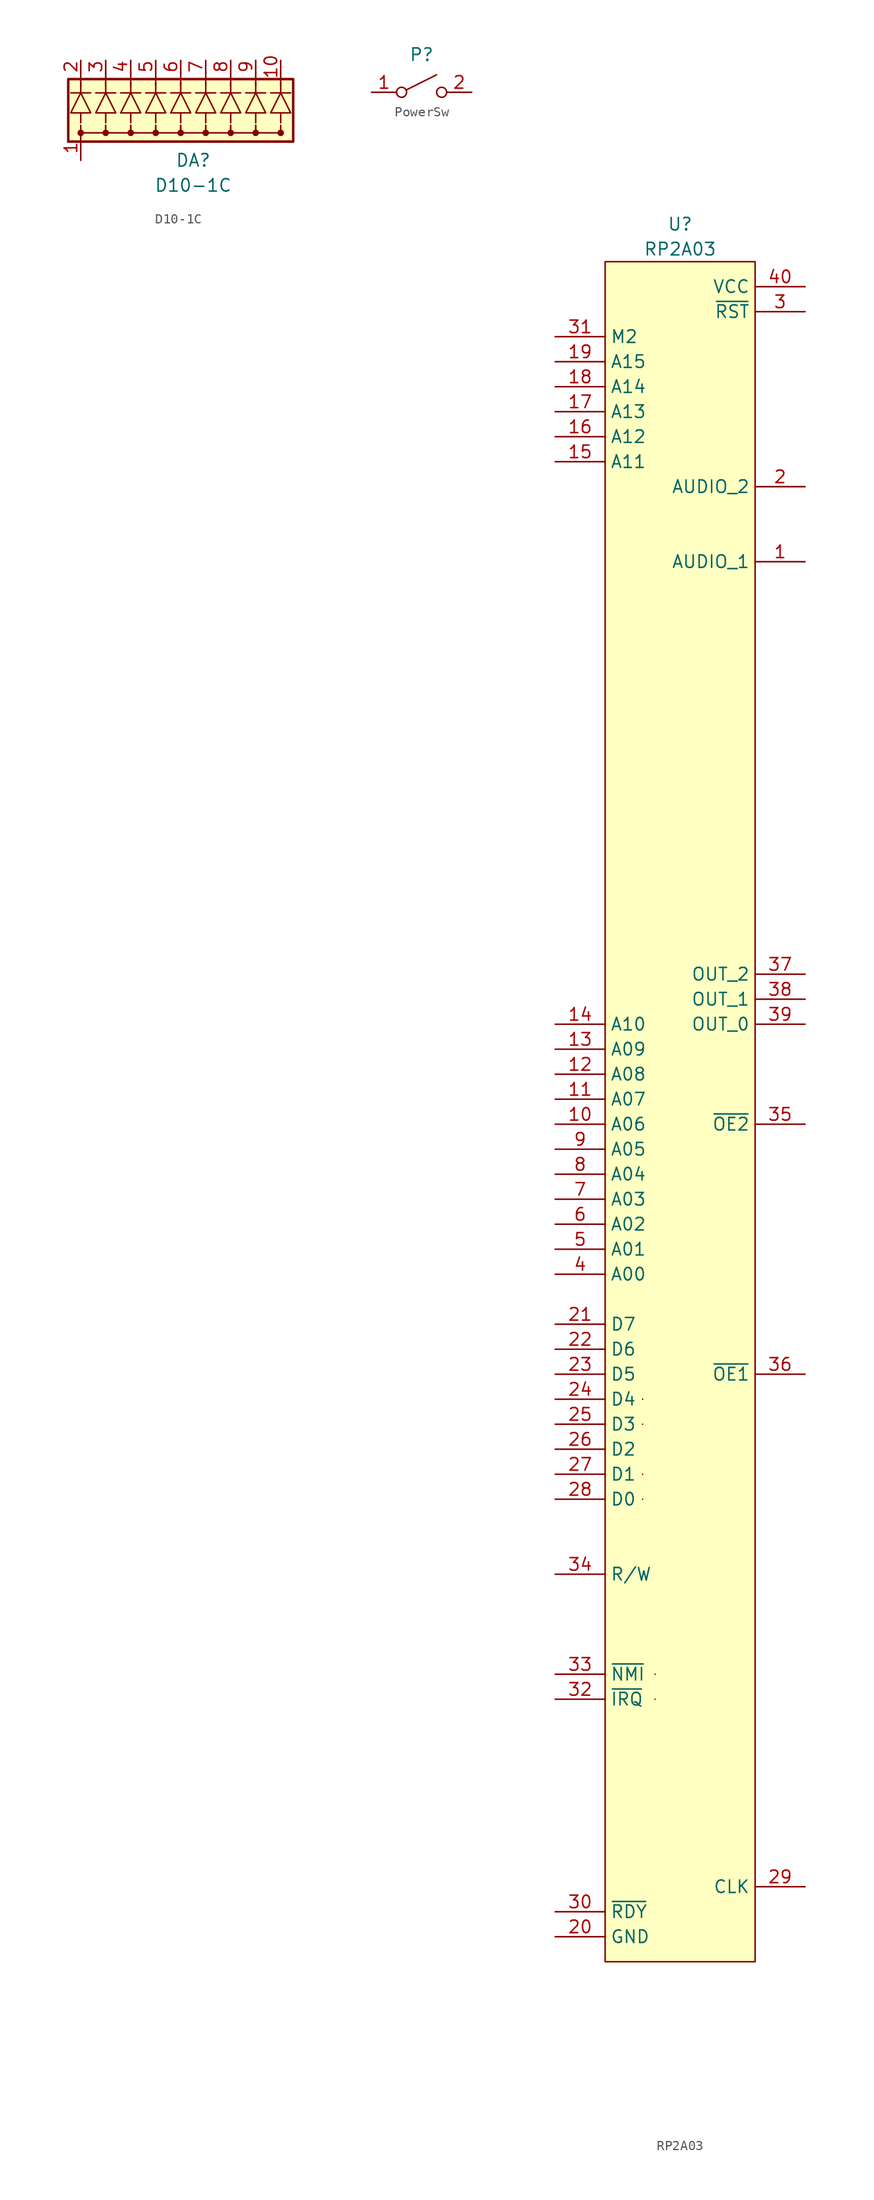
<source format=kicad_sym>
(kicad_symbol_lib
  (version 20220914)
  (generator kicad_symbol_editor)
  (symbol "D10-1C"
    (pin_names hide)
    (property "Reference" "DA"
      (at 0 -6.35 0)
      (effects (font (size 1.27 1.27))))
    (property "Value" "D10-1C"
      (at 0 -8.89 0)
      (effects (font (size 1.27 1.27))))
    (symbol "D10-1C_0_1"
      (circle (center -11.43 -3.556) (radius 0.254) (stroke (width 0) (type default)) (fill (type outline)))
      (circle (center -8.89 -3.556) (radius 0.254) (stroke (width 0) (type default)) (fill (type outline)))
      (circle (center -6.35 -3.556) (radius 0.254) (stroke (width 0) (type default)) (fill (type outline)))
      (circle (center -3.81 -3.556) (radius 0.254) (stroke (width 0) (type default)) (fill (type outline)))
      (circle (center -1.27 -3.556) (radius 0.254) (stroke (width 0) (type default)) (fill (type outline)))
      (polyline (pts (xy -12.446 0.508) (xy -10.414 0.508)) (stroke (width 0) (type default)) (fill (type none)))
      (polyline (pts (xy -11.43 1.27) (xy -11.43 2.54)) (stroke (width 0) (type default)) (fill (type none)))
      (polyline (pts (xy -9.906 0.508) (xy -7.874 0.508)) (stroke (width 0) (type default)) (fill (type none)))
      (polyline (pts (xy -8.89 1.27) (xy -8.89 2.54)) (stroke (width 0) (type default)) (fill (type none)))
      (polyline (pts (xy -7.366 0.508) (xy -5.334 0.508)) (stroke (width 0) (type default)) (fill (type none)))
      (polyline (pts (xy -6.35 1.27) (xy -6.35 2.54)) (stroke (width 0) (type default)) (fill (type none)))
      (polyline (pts (xy -4.826 0.508) (xy -2.794 0.508)) (stroke (width 0) (type default)) (fill (type none)))
      (polyline (pts (xy -3.81 1.27) (xy -3.81 2.54)) (stroke (width 0) (type default)) (fill (type none)))
      (polyline (pts (xy -2.286 0.508) (xy -0.254 0.508)) (stroke (width 0) (type default)) (fill (type none)))
      (polyline (pts (xy -1.27 1.27) (xy -1.27 2.54)) (stroke (width 0) (type default)) (fill (type none)))
      (polyline (pts (xy 0.254 0.508) (xy 2.286 0.508)) (stroke (width 0) (type default)) (fill (type none)))
      (polyline (pts (xy 1.27 1.27) (xy 1.27 2.54)) (stroke (width 0) (type default)) (fill (type none)))
      (polyline (pts (xy 2.794 0.508) (xy 4.826 0.508)) (stroke (width 0) (type default)) (fill (type none)))
      (polyline (pts (xy 3.81 1.27) (xy 3.81 2.54)) (stroke (width 0) (type default)) (fill (type none)))
      (polyline (pts (xy 5.334 0.508) (xy 7.366 0.508)) (stroke (width 0) (type default)) (fill (type none)))
      (polyline (pts (xy 6.35 1.27) (xy 6.35 2.54)) (stroke (width 0) (type default)) (fill (type none)))
      (polyline (pts (xy 7.874 0.508) (xy 9.906 0.508)) (stroke (width 0) (type default)) (fill (type none)))
      (polyline (pts (xy 8.89 1.27) (xy 8.89 2.54)) (stroke (width 0) (type default)) (fill (type none)))
      (polyline (pts (xy -11.43 -2.794) (xy -11.43 -3.556) (xy -8.89 -3.556) (xy -8.89 -2.794)) (stroke (width 0) (type default)) (fill (type none)))
      (polyline (pts (xy -8.89 -2.794) (xy -8.89 -3.556) (xy -6.35 -3.556) (xy -6.35 -2.794)) (stroke (width 0) (type default)) (fill (type none)))
      (polyline (pts (xy -6.35 -2.794) (xy -6.35 -3.556) (xy -3.81 -3.556) (xy -3.81 -2.794)) (stroke (width 0) (type default)) (fill (type none)))
      (polyline (pts (xy -3.81 -2.794) (xy -3.81 -3.556) (xy -1.27 -3.556) (xy -1.27 -2.794)) (stroke (width 0) (type default)) (fill (type none)))
      (polyline (pts (xy -1.27 -2.794) (xy -1.27 -3.556) (xy 1.27 -3.556) (xy 1.27 -2.794)) (stroke (width 0) (type default)) (fill (type none)))
      (polyline (pts (xy 1.27 -2.794) (xy 1.27 -3.556) (xy 3.81 -3.556) (xy 3.81 -2.794)) (stroke (width 0) (type default)) (fill (type none)))
      (polyline (pts (xy 3.81 -2.794) (xy 3.81 -3.556) (xy 6.35 -3.556) (xy 6.35 -2.794)) (stroke (width 0) (type default)) (fill (type none)))
      (polyline (pts (xy 6.35 -2.794) (xy 6.35 -3.556) (xy 8.89 -3.556) (xy 8.89 -2.794)) (stroke (width 0) (type default)) (fill (type none)))
      (circle (center 1.27 -3.556) (radius 0.254) (stroke (width 0) (type default)) (fill (type outline)))
      (circle (center 3.81 -3.556) (radius 0.254) (stroke (width 0) (type default)) (fill (type outline)))
      (circle (center 6.35 -3.556) (radius 0.254) (stroke (width 0) (type default)) (fill (type outline)))
      (circle (center 8.89 -3.556) (radius 0.254) (stroke (width 0) (type default)) (fill (type outline)))
      (rectangle (start 10.16 1.905) (end -12.7 -4.445) (stroke (width 0.254) (type default)) (fill (type background))))
    (symbol "D10-1C_1_1"
      (polyline (pts (xy -11.43 -1.524) (xy -11.43 -2.54)) (stroke (width 0) (type default)) (fill (type none)))
      (polyline (pts (xy -11.43 0.508) (xy -11.43 1.524)) (stroke (width 0) (type default)) (fill (type none)))
      (polyline (pts (xy -8.89 -1.524) (xy -8.89 -2.54)) (stroke (width 0) (type default)) (fill (type none)))
      (polyline (pts (xy -8.89 0.508) (xy -8.89 1.524)) (stroke (width 0) (type default)) (fill (type none)))
      (polyline (pts (xy -6.35 -1.524) (xy -6.35 -2.54)) (stroke (width 0) (type default)) (fill (type none)))
      (polyline (pts (xy -6.35 0.508) (xy -6.35 1.524)) (stroke (width 0) (type default)) (fill (type none)))
      (polyline (pts (xy -3.81 -1.524) (xy -3.81 -2.54)) (stroke (width 0) (type default)) (fill (type none)))
      (polyline (pts (xy -3.81 0.508) (xy -3.81 1.524)) (stroke (width 0) (type default)) (fill (type none)))
      (polyline (pts (xy -1.27 -1.524) (xy -1.27 -2.54)) (stroke (width 0) (type default)) (fill (type none)))
      (polyline (pts (xy -1.27 0.508) (xy -1.27 1.524)) (stroke (width 0) (type default)) (fill (type none)))
      (polyline (pts (xy 1.27 -1.524) (xy 1.27 -2.54)) (stroke (width 0) (type default)) (fill (type none)))
      (polyline (pts (xy 1.27 0.508) (xy 1.27 1.524)) (stroke (width 0) (type default)) (fill (type none)))
      (polyline (pts (xy 3.81 -1.524) (xy 3.81 -2.54)) (stroke (width 0) (type default)) (fill (type none)))
      (polyline (pts (xy 3.81 0.508) (xy 3.81 1.524)) (stroke (width 0) (type default)) (fill (type none)))
      (polyline (pts (xy 6.35 -1.524) (xy 6.35 -2.54)) (stroke (width 0) (type default)) (fill (type none)))
      (polyline (pts (xy 6.35 0.508) (xy 6.35 1.524)) (stroke (width 0) (type default)) (fill (type none)))
      (polyline (pts (xy 8.89 -1.524) (xy 8.89 -2.54)) (stroke (width 0) (type default)) (fill (type none)))
      (polyline (pts (xy 8.89 0.508) (xy 8.89 1.524)) (stroke (width 0) (type default)) (fill (type none)))
      (polyline (pts (xy -12.446 -1.524) (xy -10.414 -1.524) (xy -11.43 0.508) (xy -12.446 -1.524)) (stroke (width 0) (type default)) (fill (type background)))
      (polyline (pts (xy -9.906 -1.524) (xy -7.874 -1.524) (xy -8.89 0.508) (xy -9.906 -1.524)) (stroke (width 0) (type default)) (fill (type background)))
      (polyline (pts (xy -7.366 -1.524) (xy -5.334 -1.524) (xy -6.35 0.508) (xy -7.366 -1.524)) (stroke (width 0) (type default)) (fill (type background)))
      (polyline (pts (xy -4.826 -1.524) (xy -2.794 -1.524) (xy -3.81 0.508) (xy -4.826 -1.524)) (stroke (width 0) (type default)) (fill (type background)))
      (polyline (pts (xy -2.286 -1.524) (xy -0.254 -1.524) (xy -1.27 0.508) (xy -2.286 -1.524)) (stroke (width 0) (type default)) (fill (type background)))
      (polyline (pts (xy 0.254 -1.524) (xy 2.286 -1.524) (xy 1.27 0.508) (xy 0.254 -1.524)) (stroke (width 0) (type default)) (fill (type background)))
      (polyline (pts (xy 2.794 -1.524) (xy 4.826 -1.524) (xy 3.81 0.508) (xy 2.794 -1.524)) (stroke (width 0) (type default)) (fill (type background)))
      (polyline (pts (xy 5.334 -1.524) (xy 7.366 -1.524) (xy 6.35 0.508) (xy 5.334 -1.524)) (stroke (width 0) (type default)) (fill (type background)))
      (polyline (pts (xy 7.874 -1.524) (xy 9.906 -1.524) (xy 8.89 0.508) (xy 7.874 -1.524)) (stroke (width 0) (type default)) (fill (type background)))
      (pin passive line (at -11.43 -6.35 90) (length 2.54) (name "common" (effects (font (size 1.27 1.27)))) (number "1" (effects (font (size 1.27 1.27)))))
      (pin passive line (at 8.89 3.81 270) (length 1.27) (name "R9" (effects (font (size 1.27 1.27)))) (number "10" (effects (font (size 1.27 1.27)))))
      (pin passive line (at -11.43 3.81 270) (length 1.27) (name "R1" (effects (font (size 1.27 1.27)))) (number "2" (effects (font (size 1.27 1.27)))))
      (pin passive line (at -8.89 3.81 270) (length 1.27) (name "R2" (effects (font (size 1.27 1.27)))) (number "3" (effects (font (size 1.27 1.27)))))
      (pin passive line (at -6.35 3.81 270) (length 1.27) (name "R3" (effects (font (size 1.27 1.27)))) (number "4" (effects (font (size 1.27 1.27)))))
      (pin passive line (at -3.81 3.81 270) (length 1.27) (name "R4" (effects (font (size 1.27 1.27)))) (number "5" (effects (font (size 1.27 1.27)))))
      (pin passive line (at -1.27 3.81 270) (length 1.27) (name "R5" (effects (font (size 1.27 1.27)))) (number "6" (effects (font (size 1.27 1.27)))))
      (pin passive line (at 1.27 3.81 270) (length 1.27) (name "R6" (effects (font (size 1.27 1.27)))) (number "7" (effects (font (size 1.27 1.27)))))
      (pin passive line (at 3.81 3.81 270) (length 1.27) (name "R7" (effects (font (size 1.27 1.27)))) (number "8" (effects (font (size 1.27 1.27)))))
      (pin passive line (at 6.35 3.81 270) (length 1.27) (name "R8" (effects (font (size 1.27 1.27)))) (number "9" (effects (font (size 1.27 1.27)))))))
  (symbol "PowerSw"
    (pin_names hide)
    (property "Reference" "P"
      (at 0 3.81 0)
      (effects (font (size 1.27 1.27))))
    (property "Value" ""
      (at 0 3.81 0)
      (effects (font (size 1.27 1.27))))
    (symbol "PowerSw_0_0"
      (circle (center -2.032 0) (radius 0.508) (stroke (width 0) (type default)) (fill (type none)))
      (polyline (pts (xy -1.524 0.254) (xy 1.524 1.778)) (stroke (width 0) (type default)) (fill (type none)))
      (circle (center 2.032 0) (radius 0.508) (stroke (width 0) (type default)) (fill (type none))))
    (symbol "PowerSw_1_1"
      (pin passive line (at -5.08 0 0) (length 2.54) (name "1" (effects (font (size 1.27 1.27)))) (number "1" (effects (font (size 1.27 1.27)))))
      (pin passive line (at 5.08 0 180) (length 2.54) (name "2" (effects (font (size 1.27 1.27)))) (number "2" (effects (font (size 1.27 1.27)))))))
  (symbol "RP2A03"
    (property "Reference" "U"
      (at 0 92.71 0)
      (effects (font (size 1.27 1.27))))
    (property "Value" "RP2A03"
      (at 0 90.17 0)
      (effects (font (size 1.27 1.27))))
    (symbol "RP2A03_1_1"
      (rectangle (start -7.62 88.9) (end 7.62 -83.82) (stroke (width 0) (type default)) (fill (type background)))
      (pin output line (at 12.7 58.42 180) (length 5.08) (name "AUDIO_1" (effects (font (size 1.27 1.27)))) (number "1" (effects (font (size 1.27 1.27)))))
      (pin output line (at -12.7 1.27 0) (length 5.08) (name "A06" (effects (font (size 1.27 1.27)))) (number "10" (effects (font (size 1.27 1.27)))))
      (pin output line (at -12.7 3.81 0) (length 5.08) (name "A07" (effects (font (size 1.27 1.27)))) (number "11" (effects (font (size 1.27 1.27)))))
      (pin output line (at -12.7 6.35 0) (length 5.08) (name "A08" (effects (font (size 1.27 1.27)))) (number "12" (effects (font (size 1.27 1.27)))))
      (pin output line (at -12.7 8.89 0) (length 5.08) (name "A09" (effects (font (size 1.27 1.27)))) (number "13" (effects (font (size 1.27 1.27)))))
      (pin output line (at -12.7 11.43 0) (length 5.08) (name "A10" (effects (font (size 1.27 1.27)))) (number "14" (effects (font (size 1.27 1.27)))))
      (pin output line (at -12.7 68.58 0) (length 5.08) (name "A11" (effects (font (size 1.27 1.27)))) (number "15" (effects (font (size 1.27 1.27)))))
      (pin output line (at -12.7 71.12 0) (length 5.08) (name "A12" (effects (font (size 1.27 1.27)))) (number "16" (effects (font (size 1.27 1.27)))))
      (pin output line (at -12.7 73.66 0) (length 5.08) (name "A13" (effects (font (size 1.27 1.27)))) (number "17" (effects (font (size 1.27 1.27)))))
      (pin output line (at -12.7 76.2 0) (length 5.08) (name "A14" (effects (font (size 1.27 1.27)))) (number "18" (effects (font (size 1.27 1.27)))))
      (pin output line (at -12.7 78.74 0) (length 5.08) (name "A15" (effects (font (size 1.27 1.27)))) (number "19" (effects (font (size 1.27 1.27)))))
      (pin output line (at 12.7 66.04 180) (length 5.08) (name "AUDIO_2" (effects (font (size 1.27 1.27)))) (number "2" (effects (font (size 1.27 1.27)))))
      (pin passive line (at -12.7 -81.28 0) (length 5.08) (name "GND" (effects (font (size 1.27 1.27)))) (number "20" (effects (font (size 1.27 1.27)))))
      (pin bidirectional line (at -12.7 -19.05 0) (length 5.08) (name "D7" (effects (font (size 1.27 1.27)))) (number "21" (effects (font (size 1.27 1.27)))))
      (pin bidirectional line (at -12.7 -21.59 0) (length 5.08) (name "D6" (effects (font (size 1.27 1.27)))) (number "22" (effects (font (size 1.27 1.27)))))
      (pin bidirectional line (at -12.7 -24.13 0) (length 5.08) (name "D5" (effects (font (size 1.27 1.27)))) (number "23" (effects (font (size 1.27 1.27)))))
      (pin bidirectional line (at -3.81 -26.67 180) (length 0) (name "" (effects (font (size 1.27 1.27)))) (number "24" (effects (font (size 0 0)))))
      (pin bidirectional line (at -12.7 -26.67 0) (length 5.08) (name "D4" (effects (font (size 1.27 1.27)))) (number "24" (effects (font (size 1.27 1.27)))))
      (pin bidirectional line (at -3.81 -29.21 180) (length 0) (name "" (effects (font (size 1.27 1.27)))) (number "25" (effects (font (size 0 0)))))
      (pin bidirectional line (at -12.7 -29.21 0) (length 5.08) (name "D3" (effects (font (size 1.27 1.27)))) (number "25" (effects (font (size 1.27 1.27)))))
      (pin bidirectional line (at -12.7 -31.75 0) (length 5.08) (name "D2" (effects (font (size 1.27 1.27)))) (number "26" (effects (font (size 1.27 1.27)))))
      (pin bidirectional line (at -3.81 -34.29 180) (length 0) (name "" (effects (font (size 1.27 1.27)))) (number "27" (effects (font (size 0 0)))))
      (pin bidirectional line (at -12.7 -34.29 0) (length 5.08) (name "D1" (effects (font (size 1.27 1.27)))) (number "27" (effects (font (size 1.27 1.27)))))
      (pin bidirectional line (at -3.81 -36.83 180) (length 0) (name "" (effects (font (size 1.27 1.27)))) (number "28" (effects (font (size 0 0)))))
      (pin bidirectional line (at -12.7 -36.83 0) (length 5.08) (name "D0" (effects (font (size 1.27 1.27)))) (number "28" (effects (font (size 1.27 1.27)))))
      (pin input line (at 12.7 -76.2 180) (length 5.08) (name "CLK" (effects (font (size 1.27 1.27)))) (number "29" (effects (font (size 1.27 1.27)))))
      (pin input line (at 12.7 83.82 180) (length 5.08) (name "~{RST}" (effects (font (size 1.27 1.27)))) (number "3" (effects (font (size 1.27 1.27)))))
      (pin input line (at -12.7 -78.74 0) (length 5.08) (name "~{RDY}" (effects (font (size 1.27 1.27)))) (number "30" (effects (font (size 1.27 1.27)))))
      (pin output line (at -12.7 81.28 0) (length 5.08) (name "M2" (effects (font (size 1.27 1.27)))) (number "31" (effects (font (size 1.27 1.27)))))
      (pin input line (at -12.7 -57.15 0) (length 5.08) (name "~{IRQ}" (effects (font (size 1.27 1.27)))) (number "32" (effects (font (size 1.27 1.27)))))
      (pin input line (at -2.54 -57.15 180) (length 0) (name "~{IRQ}" (effects (font (size 0 0)))) (number "32" (effects (font (size 0 0)))))
      (pin input line (at -12.7 -54.61 0) (length 5.08) (name "~{NMI}" (effects (font (size 1.27 1.27)))) (number "33" (effects (font (size 1.27 1.27)))))
      (pin input line (at -2.54 -54.61 180) (length 0) (name "~{NMI}" (effects (font (size 0 0)))) (number "33" (effects (font (size 0 0)))))
      (pin output line (at -12.7 -44.45 0) (length 5.08) (name "R/W" (effects (font (size 1.27 1.27)))) (number "34" (effects (font (size 1.27 1.27)))))
      (pin output line (at 12.7 1.27 180) (length 5.08) (name "~{OE2}" (effects (font (size 1.27 1.27)))) (number "35" (effects (font (size 1.27 1.27)))))
      (pin output line (at 12.7 -24.13 180) (length 5.08) (name "~{OE1}" (effects (font (size 1.27 1.27)))) (number "36" (effects (font (size 1.27 1.27)))))
      (pin output line (at 12.7 16.51 180) (length 5.08) (name "OUT_2" (effects (font (size 1.27 1.27)))) (number "37" (effects (font (size 1.27 1.27)))))
      (pin output line (at 12.7 13.97 180) (length 5.08) (name "OUT_1" (effects (font (size 1.27 1.27)))) (number "38" (effects (font (size 1.27 1.27)))))
      (pin output line (at 12.7 11.43 180) (length 5.08) (name "OUT_0" (effects (font (size 1.27 1.27)))) (number "39" (effects (font (size 1.27 1.27)))))
      (pin output line (at -12.7 -13.97 0) (length 5.08) (name "A00" (effects (font (size 1.27 1.27)))) (number "4" (effects (font (size 1.27 1.27)))))
      (pin passive line (at 12.7 86.36 180) (length 5.08) (name "VCC" (effects (font (size 1.27 1.27)))) (number "40" (effects (font (size 1.27 1.27)))))
      (pin output line (at -12.7 -11.43 0) (length 5.08) (name "A01" (effects (font (size 1.27 1.27)))) (number "5" (effects (font (size 1.27 1.27)))))
      (pin output line (at -12.7 -8.89 0) (length 5.08) (name "A02" (effects (font (size 1.27 1.27)))) (number "6" (effects (font (size 1.27 1.27)))))
      (pin output line (at -12.7 -6.35 0) (length 5.08) (name "A03" (effects (font (size 1.27 1.27)))) (number "7" (effects (font (size 1.27 1.27)))))
      (pin output line (at -12.7 -3.81 0) (length 5.08) (name "A04" (effects (font (size 1.27 1.27)))) (number "8" (effects (font (size 1.27 1.27)))))
      (pin output line (at -12.7 -1.27 0) (length 5.08) (name "A05" (effects (font (size 1.27 1.27)))) (number "9" (effects (font (size 1.27 1.27))))))))
</source>
